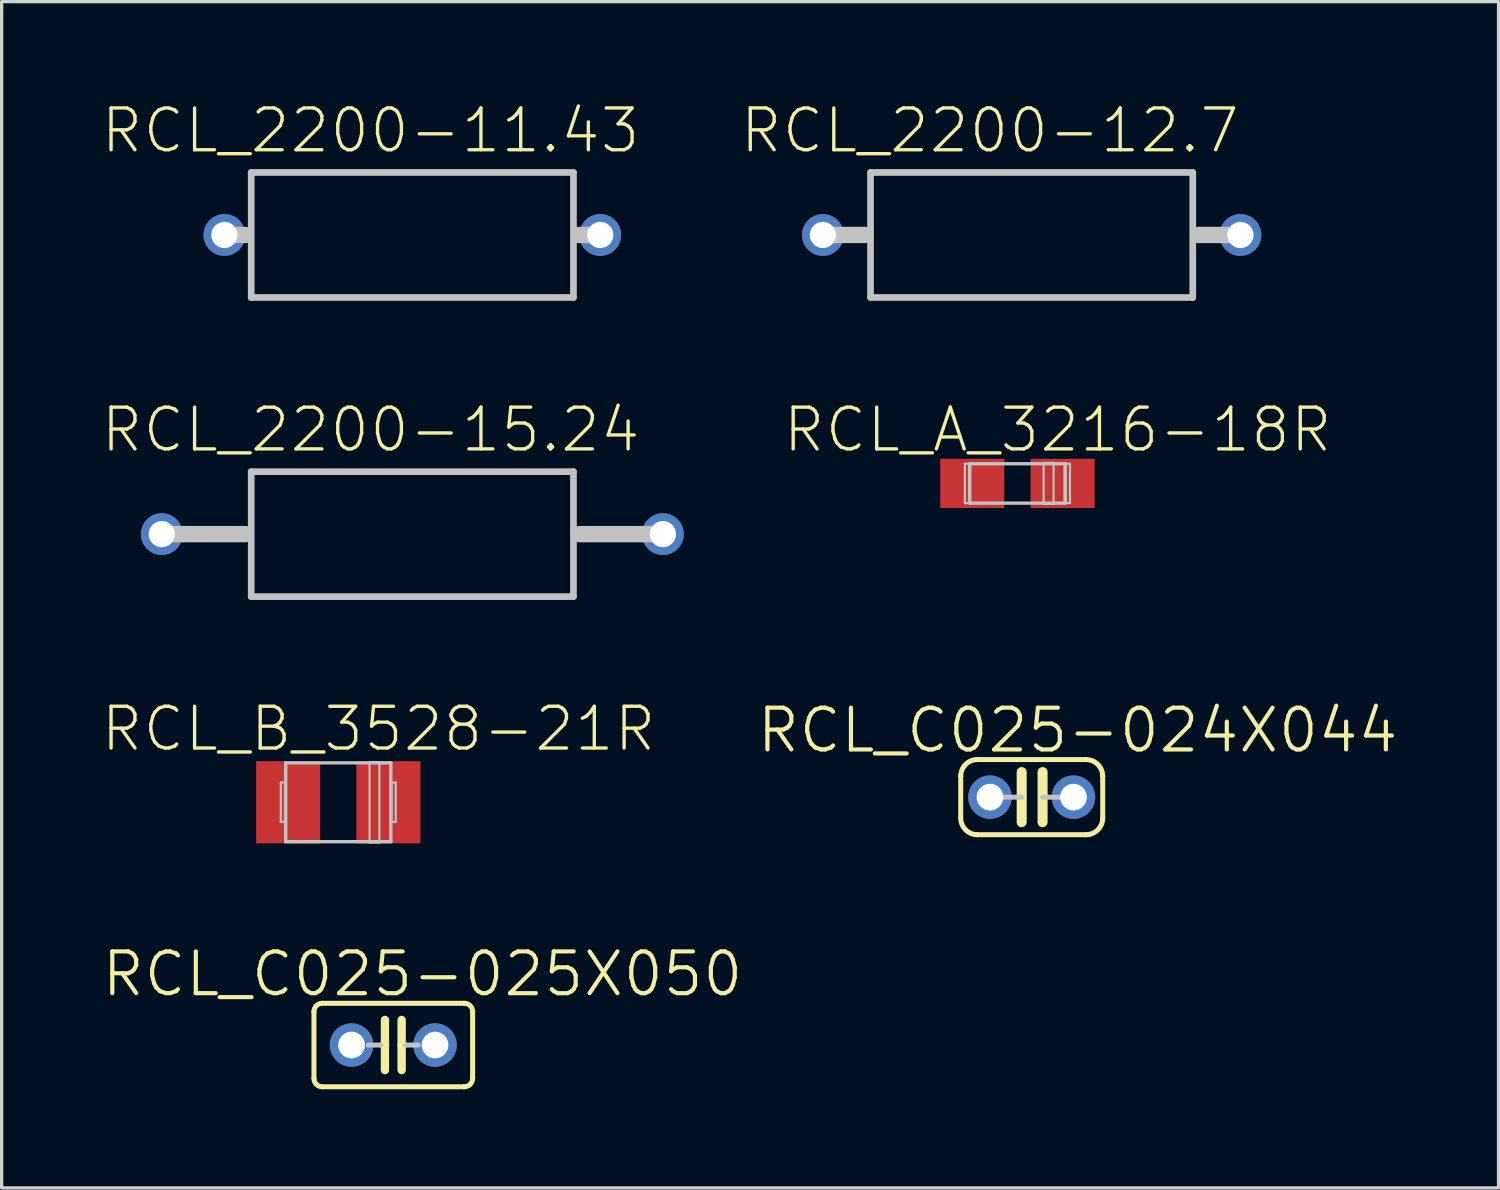
<source format=kicad_pcb>
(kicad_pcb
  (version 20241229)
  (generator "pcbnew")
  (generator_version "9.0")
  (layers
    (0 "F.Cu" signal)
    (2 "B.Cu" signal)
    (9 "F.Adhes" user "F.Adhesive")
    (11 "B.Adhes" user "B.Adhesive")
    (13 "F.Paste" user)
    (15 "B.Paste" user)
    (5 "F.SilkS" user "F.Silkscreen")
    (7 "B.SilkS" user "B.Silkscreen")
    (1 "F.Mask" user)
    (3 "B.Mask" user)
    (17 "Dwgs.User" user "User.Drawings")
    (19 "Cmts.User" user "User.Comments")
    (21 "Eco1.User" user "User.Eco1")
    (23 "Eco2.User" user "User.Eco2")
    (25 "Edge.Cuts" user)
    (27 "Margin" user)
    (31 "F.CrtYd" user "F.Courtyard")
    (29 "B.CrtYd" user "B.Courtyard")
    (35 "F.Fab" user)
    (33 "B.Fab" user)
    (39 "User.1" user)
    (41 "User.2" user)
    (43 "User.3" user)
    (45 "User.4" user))
  (footprint "RCL_2200-11.43"
    (layer "F.Cu")
    (at 9.49 4.096)
    (property "Reference" "RCL_2200-11.43" (at -1.27 -3.175 0) (layer "F.SilkS") (effects (font (size 1.27 1.27) (thickness 0.102))))
    (attr exclude_from_pos_files exclude_from_bom)
    (fp_line (start -5.715 0) (end -5.08 0) (stroke (width 0.498) (type solid)) (layer "Dwgs.User"))
    (fp_line (start -4.9 -1.9) (end 4.9 -1.9) (stroke (width 0.203) (type solid)) (layer "Dwgs.User"))
    (fp_line (start -4.9 1.9) (end -4.9 -1.9) (stroke (width 0.203) (type solid)) (layer "Dwgs.User"))
    (fp_line (start 4.9 -1.9) (end 4.9 1.9) (stroke (width 0.203) (type solid)) (layer "Dwgs.User"))
    (fp_line (start 4.9 1.9) (end -4.9 1.9) (stroke (width 0.203) (type solid)) (layer "Dwgs.User"))
    (fp_line (start 5.715 0) (end 5.08 0) (stroke (width 0.498) (type solid)) (layer "Dwgs.User"))
    (pad "1" thru_hole circle (at -5.715 0) (size 1.27 1.27) (drill 0.798) (layers "*.Cu" "*.Paste" "*.Mask"))
    (pad "2" thru_hole circle (at 5.715 0) (size 1.27 1.27) (drill 0.798) (layers "*.Cu" "*.Paste" "*.Mask")))
  (footprint "RCL_2200-15.24"
    (layer "F.Cu")
    (at 9.49 13.194)
    (property "Reference" "RCL_2200-15.24" (at -1.27 -3.175 0) (layer "F.SilkS") (effects (font (size 1.27 1.27) (thickness 0.102))))
    (attr exclude_from_pos_files exclude_from_bom)
    (fp_line (start -7.62 0) (end -5.08 0) (stroke (width 0.498) (type solid)) (layer "Dwgs.User"))
    (fp_line (start -4.9 -1.9) (end 4.9 -1.9) (stroke (width 0.203) (type solid)) (layer "Dwgs.User"))
    (fp_line (start -4.9 1.9) (end -4.9 -1.9) (stroke (width 0.203) (type solid)) (layer "Dwgs.User"))
    (fp_line (start 4.9 -1.9) (end 4.9 1.9) (stroke (width 0.203) (type solid)) (layer "Dwgs.User"))
    (fp_line (start 4.9 1.9) (end -4.9 1.9) (stroke (width 0.203) (type solid)) (layer "Dwgs.User"))
    (fp_line (start 7.62 0) (end 5.08 0) (stroke (width 0.498) (type solid)) (layer "Dwgs.User"))
    (pad "1" thru_hole circle (at -7.62 0) (size 1.27 1.27) (drill 0.798) (layers "*.Cu" "*.Paste" "*.Mask"))
    (pad "2" thru_hole circle (at 7.62 0) (size 1.27 1.27) (drill 0.798) (layers "*.Cu" "*.Paste" "*.Mask")))
  (footprint "RCL_2200-12.7"
    (layer "F.Cu")
    (at 28.325 4.096)
    (property "Reference" "RCL_2200-12.7" (at -1.27 -3.175 0) (layer "F.SilkS") (effects (font (size 1.27 1.27) (thickness 0.102))))
    (attr exclude_from_pos_files exclude_from_bom)
    (fp_line (start -6.35 0) (end -5.08 0) (stroke (width 0.498) (type solid)) (layer "Dwgs.User"))
    (fp_line (start -4.9 -1.9) (end 4.9 -1.9) (stroke (width 0.203) (type solid)) (layer "Dwgs.User"))
    (fp_line (start -4.9 1.9) (end -4.9 -1.9) (stroke (width 0.203) (type solid)) (layer "Dwgs.User"))
    (fp_line (start 4.9 -1.9) (end 4.9 1.9) (stroke (width 0.203) (type solid)) (layer "Dwgs.User"))
    (fp_line (start 4.9 1.9) (end -4.9 1.9) (stroke (width 0.203) (type solid)) (layer "Dwgs.User"))
    (fp_line (start 6.35 0) (end 5.08 0) (stroke (width 0.498) (type solid)) (layer "Dwgs.User"))
    (pad "1" thru_hole circle (at -6.35 0) (size 1.27 1.27) (drill 0.798) (layers "*.Cu" "*.Paste" "*.Mask"))
    (pad "2" thru_hole circle (at 6.35 0) (size 1.27 1.27) (drill 0.798) (layers "*.Cu" "*.Paste" "*.Mask")))
  (footprint "RCL_C025-025X050"
    (layer "F.Cu")
    (at 8.911 28.732)
    (property "Reference" "RCL_C025-025X050" (at 0.889 -2.159 0) (layer "F.SilkS") (effects (font (size 1.27 1.27) (thickness 0.127))))
    (attr exclude_from_pos_files exclude_from_bom)
    (fp_line (start -2.413 -1.016) (end -2.413 1.016) (stroke (width 0.152) (type solid)) (layer "F.SilkS"))
    (fp_line (start -2.159 -1.27) (end 2.159 -1.27) (stroke (width 0.152) (type solid)) (layer "F.SilkS"))
    (fp_line (start -0.254 -0.762) (end -0.254 0) (stroke (width 0.254) (type solid)) (layer "F.SilkS"))
    (fp_line (start -0.254 0) (end -0.381 0) (stroke (width 0.152) (type solid)) (layer "F.SilkS"))
    (fp_line (start -0.254 0) (end -0.254 0.762) (stroke (width 0.254) (type solid)) (layer "F.SilkS"))
    (fp_line (start 0.254 0) (end 0.254 -0.762) (stroke (width 0.254) (type solid)) (layer "F.SilkS"))
    (fp_line (start 0.254 0) (end 0.254 0.762) (stroke (width 0.254) (type solid)) (layer "F.SilkS"))
    (fp_line (start 0.381 0) (end 0.254 0) (stroke (width 0.152) (type solid)) (layer "F.SilkS"))
    (fp_line (start 2.159 1.27) (end -2.159 1.27) (stroke (width 0.152) (type solid)) (layer "F.SilkS"))
    (fp_line (start 2.413 -1.016) (end 2.413 1.016) (stroke (width 0.152) (type solid)) (layer "F.SilkS"))
    (fp_arc (start -2.413 -1.016) (mid -2.338605 -1.195605) (end -2.159 -1.27) (stroke (width 0.1524) (type solid)) (layer "F.SilkS"))
    (fp_arc (start -2.159 1.27) (mid -2.338605 1.195605) (end -2.413 1.016) (stroke (width 0.1524) (type solid)) (layer "F.SilkS"))
    (fp_arc (start 2.159 -1.27) (mid 2.338605 -1.195605) (end 2.413 -1.016) (stroke (width 0.1524) (type solid)) (layer "F.SilkS"))
    (fp_arc (start 2.413 1.016) (mid 2.338605 1.195605) (end 2.159 1.27) (stroke (width 0.1524) (type solid)) (layer "F.SilkS"))
    (fp_line (start -0.381 0) (end -0.762 0) (stroke (width 0.152) (type solid)) (layer "Dwgs.User"))
    (fp_line (start 0.762 0) (end 0.381 0) (stroke (width 0.152) (type solid)) (layer "Dwgs.User"))
    (pad "1" thru_hole circle (at -1.27 0) (size 1.321 1.321) (drill 0.813) (layers "*.Cu" "*.Paste" "*.Mask"))
    (pad "2" thru_hole circle (at 1.27 0) (size 1.321 1.321) (drill 0.813) (layers "*.Cu" "*.Paste" "*.Mask")))
  (footprint "RCL_B_3528-21R"
    (layer "F.Cu")
    (at 7.238 21.349)
    (property "Reference" "RCL_B_3528-21R" (at 1.224 -2.233 0) (layer "F.SilkS") (effects (font (size 1.27 1.27) (thickness 0.102))))
    (attr smd)
    (fp_line (start -1.748 -0.599) (end -1.623 -0.599) (stroke (width 0.066) (type solid)) (layer "Dwgs.User"))
    (fp_line (start -1.748 0.599) (end -1.748 -0.599) (stroke (width 0.066) (type solid)) (layer "Dwgs.User"))
    (fp_line (start -1.748 0.599) (end -1.623 0.599) (stroke (width 0.066) (type solid)) (layer "Dwgs.User"))
    (fp_line (start -1.623 0.599) (end -1.623 -0.599) (stroke (width 0.066) (type solid)) (layer "Dwgs.User"))
    (fp_line (start -1.598 -1.199) (end 1.598 -1.199) (stroke (width 0.102) (type solid)) (layer "Dwgs.User"))
    (fp_line (start -1.598 1.199) (end -1.598 -1.199) (stroke (width 0.102) (type solid)) (layer "Dwgs.User"))
    (fp_line (start 0.95 -1.224) (end 1.25 -1.224) (stroke (width 0.066) (type solid)) (layer "Dwgs.User"))
    (fp_line (start 0.95 1.224) (end 0.95 -1.224) (stroke (width 0.066) (type solid)) (layer "Dwgs.User"))
    (fp_line (start 0.95 1.224) (end 1.25 1.224) (stroke (width 0.066) (type solid)) (layer "Dwgs.User"))
    (fp_line (start 1.25 1.224) (end 1.25 -1.224) (stroke (width 0.066) (type solid)) (layer "Dwgs.User"))
    (fp_line (start 1.598 -1.199) (end 1.598 1.199) (stroke (width 0.102) (type solid)) (layer "Dwgs.User"))
    (fp_line (start 1.598 1.199) (end -1.598 1.199) (stroke (width 0.102) (type solid)) (layer "Dwgs.User"))
    (fp_line (start 1.623 -0.599) (end 1.748 -0.599) (stroke (width 0.066) (type solid)) (layer "Dwgs.User"))
    (fp_line (start 1.623 0.599) (end 1.623 -0.599) (stroke (width 0.066) (type solid)) (layer "Dwgs.User"))
    (fp_line (start 1.623 0.599) (end 1.748 0.599) (stroke (width 0.066) (type solid)) (layer "Dwgs.User"))
    (fp_line (start 1.748 0.599) (end 1.748 -0.599) (stroke (width 0.066) (type solid)) (layer "Dwgs.User"))
    (pad "+" smd rect (at 1.524 0) (size 1.948 2.499) (layers "F.Cu" "F.Mask" "F.Paste"))
    (pad "-" smd rect (at -1.524 0) (size 1.948 2.499) (layers "F.Cu" "F.Mask" "F.Paste")))
  (footprint "RCL_C025-024X044"
    (layer "F.Cu")
    (at 28.327 21.193)
    (property "Reference" "RCL_C025-024X044" (at 1.397 -2.032 0) (layer "F.SilkS") (effects (font (size 1.27 1.27) (thickness 0.127))))
    (attr exclude_from_pos_files exclude_from_bom)
    (fp_line (start -2.159 0.635) (end -2.159 -0.635) (stroke (width 0.152) (type solid)) (layer "F.SilkS"))
    (fp_line (start -0.305 -0.762) (end -0.305 0.762) (stroke (width 0.305) (type solid)) (layer "F.SilkS"))
    (fp_line (start 0.33 -0.762) (end 0.33 0.762) (stroke (width 0.305) (type solid)) (layer "F.SilkS"))
    (fp_line (start 1.651 -1.143) (end -1.651 -1.143) (stroke (width 0.152) (type solid)) (layer "F.SilkS"))
    (fp_line (start 1.651 1.143) (end -1.651 1.143) (stroke (width 0.152) (type solid)) (layer "F.SilkS"))
    (fp_line (start 2.159 0.635) (end 2.159 -0.635) (stroke (width 0.152) (type solid)) (layer "F.SilkS"))
    (fp_arc (start -2.159 -0.635) (mid -2.01021 -0.99421) (end -1.651 -1.143) (stroke (width 0.1524) (type solid)) (layer "F.SilkS"))
    (fp_arc (start -1.651 1.143) (mid -2.01021 0.99421) (end -2.159 0.635) (stroke (width 0.1524) (type solid)) (layer "F.SilkS"))
    (fp_arc (start 1.651 -1.143) (mid 2.01021 -0.99421) (end 2.159 -0.635) (stroke (width 0.1524) (type solid)) (layer "F.SilkS"))
    (fp_arc (start 2.159 0.635) (mid 2.01021 0.99421) (end 1.651 1.143) (stroke (width 0.1524) (type solid)) (layer "F.SilkS"))
    (fp_line (start -1.27 0) (end -0.305 0) (stroke (width 0.152) (type solid)) (layer "Dwgs.User"))
    (fp_line (start 1.27 0) (end 0.33 0) (stroke (width 0.152) (type solid)) (layer "Dwgs.User"))
    (pad "1" thru_hole circle (at -1.27 0) (size 1.321 1.321) (drill 0.813) (layers "*.Cu" "*.Paste" "*.Mask"))
    (pad "2" thru_hole circle (at 1.27 0) (size 1.321 1.321) (drill 0.813) (layers "*.Cu" "*.Paste" "*.Mask")))
  (footprint "RCL_A_3216-18R"
    (layer "F.Cu")
    (at 27.892 11.652)
    (property "Reference" "RCL_A_3216-18R" (at 1.224 -1.633 0) (layer "F.SilkS") (effects (font (size 1.27 1.27) (thickness 0.102))))
    (attr smd)
    (fp_line (start -1.598 -0.599) (end -1.473 -0.599) (stroke (width 0.066) (type solid)) (layer "Dwgs.User"))
    (fp_line (start -1.598 0.599) (end -1.598 -0.599) (stroke (width 0.066) (type solid)) (layer "Dwgs.User"))
    (fp_line (start -1.598 0.599) (end -1.473 0.599) (stroke (width 0.066) (type solid)) (layer "Dwgs.User"))
    (fp_line (start -1.473 0.599) (end -1.473 -0.599) (stroke (width 0.066) (type solid)) (layer "Dwgs.User"))
    (fp_line (start -1.448 -0.599) (end 1.448 -0.599) (stroke (width 0.102) (type solid)) (layer "Dwgs.User"))
    (fp_line (start -1.448 0.599) (end -1.448 -0.599) (stroke (width 0.102) (type solid)) (layer "Dwgs.User"))
    (fp_line (start 0.798 -0.625) (end 1.1 -0.625) (stroke (width 0.066) (type solid)) (layer "Dwgs.User"))
    (fp_line (start 0.798 0.625) (end 0.798 -0.625) (stroke (width 0.066) (type solid)) (layer "Dwgs.User"))
    (fp_line (start 0.798 0.625) (end 1.1 0.625) (stroke (width 0.066) (type solid)) (layer "Dwgs.User"))
    (fp_line (start 1.1 0.625) (end 1.1 -0.625) (stroke (width 0.066) (type solid)) (layer "Dwgs.User"))
    (fp_line (start 1.448 -0.599) (end 1.448 0.599) (stroke (width 0.102) (type solid)) (layer "Dwgs.User"))
    (fp_line (start 1.448 0.599) (end -1.448 0.599) (stroke (width 0.102) (type solid)) (layer "Dwgs.User"))
    (fp_line (start 1.473 -0.599) (end 1.598 -0.599) (stroke (width 0.066) (type solid)) (layer "Dwgs.User"))
    (fp_line (start 1.473 0.599) (end 1.473 -0.599) (stroke (width 0.066) (type solid)) (layer "Dwgs.User"))
    (fp_line (start 1.473 0.599) (end 1.598 0.599) (stroke (width 0.066) (type solid)) (layer "Dwgs.User"))
    (fp_line (start 1.598 0.599) (end 1.598 -0.599) (stroke (width 0.066) (type solid)) (layer "Dwgs.User"))
    (pad "+" smd rect (at 1.374 0) (size 1.948 1.499) (layers "F.Cu" "F.Mask" "F.Paste"))
    (pad "-" smd rect (at -1.374 0) (size 1.948 1.499) (layers "F.Cu" "F.Mask" "F.Paste")))
  (gr_rect
    (start -3 -3)
    (end 42.524 33.078)
    (stroke (width 0.1) (type default))
    (fill no)
    (layer "Edge.Cuts")))
</source>
